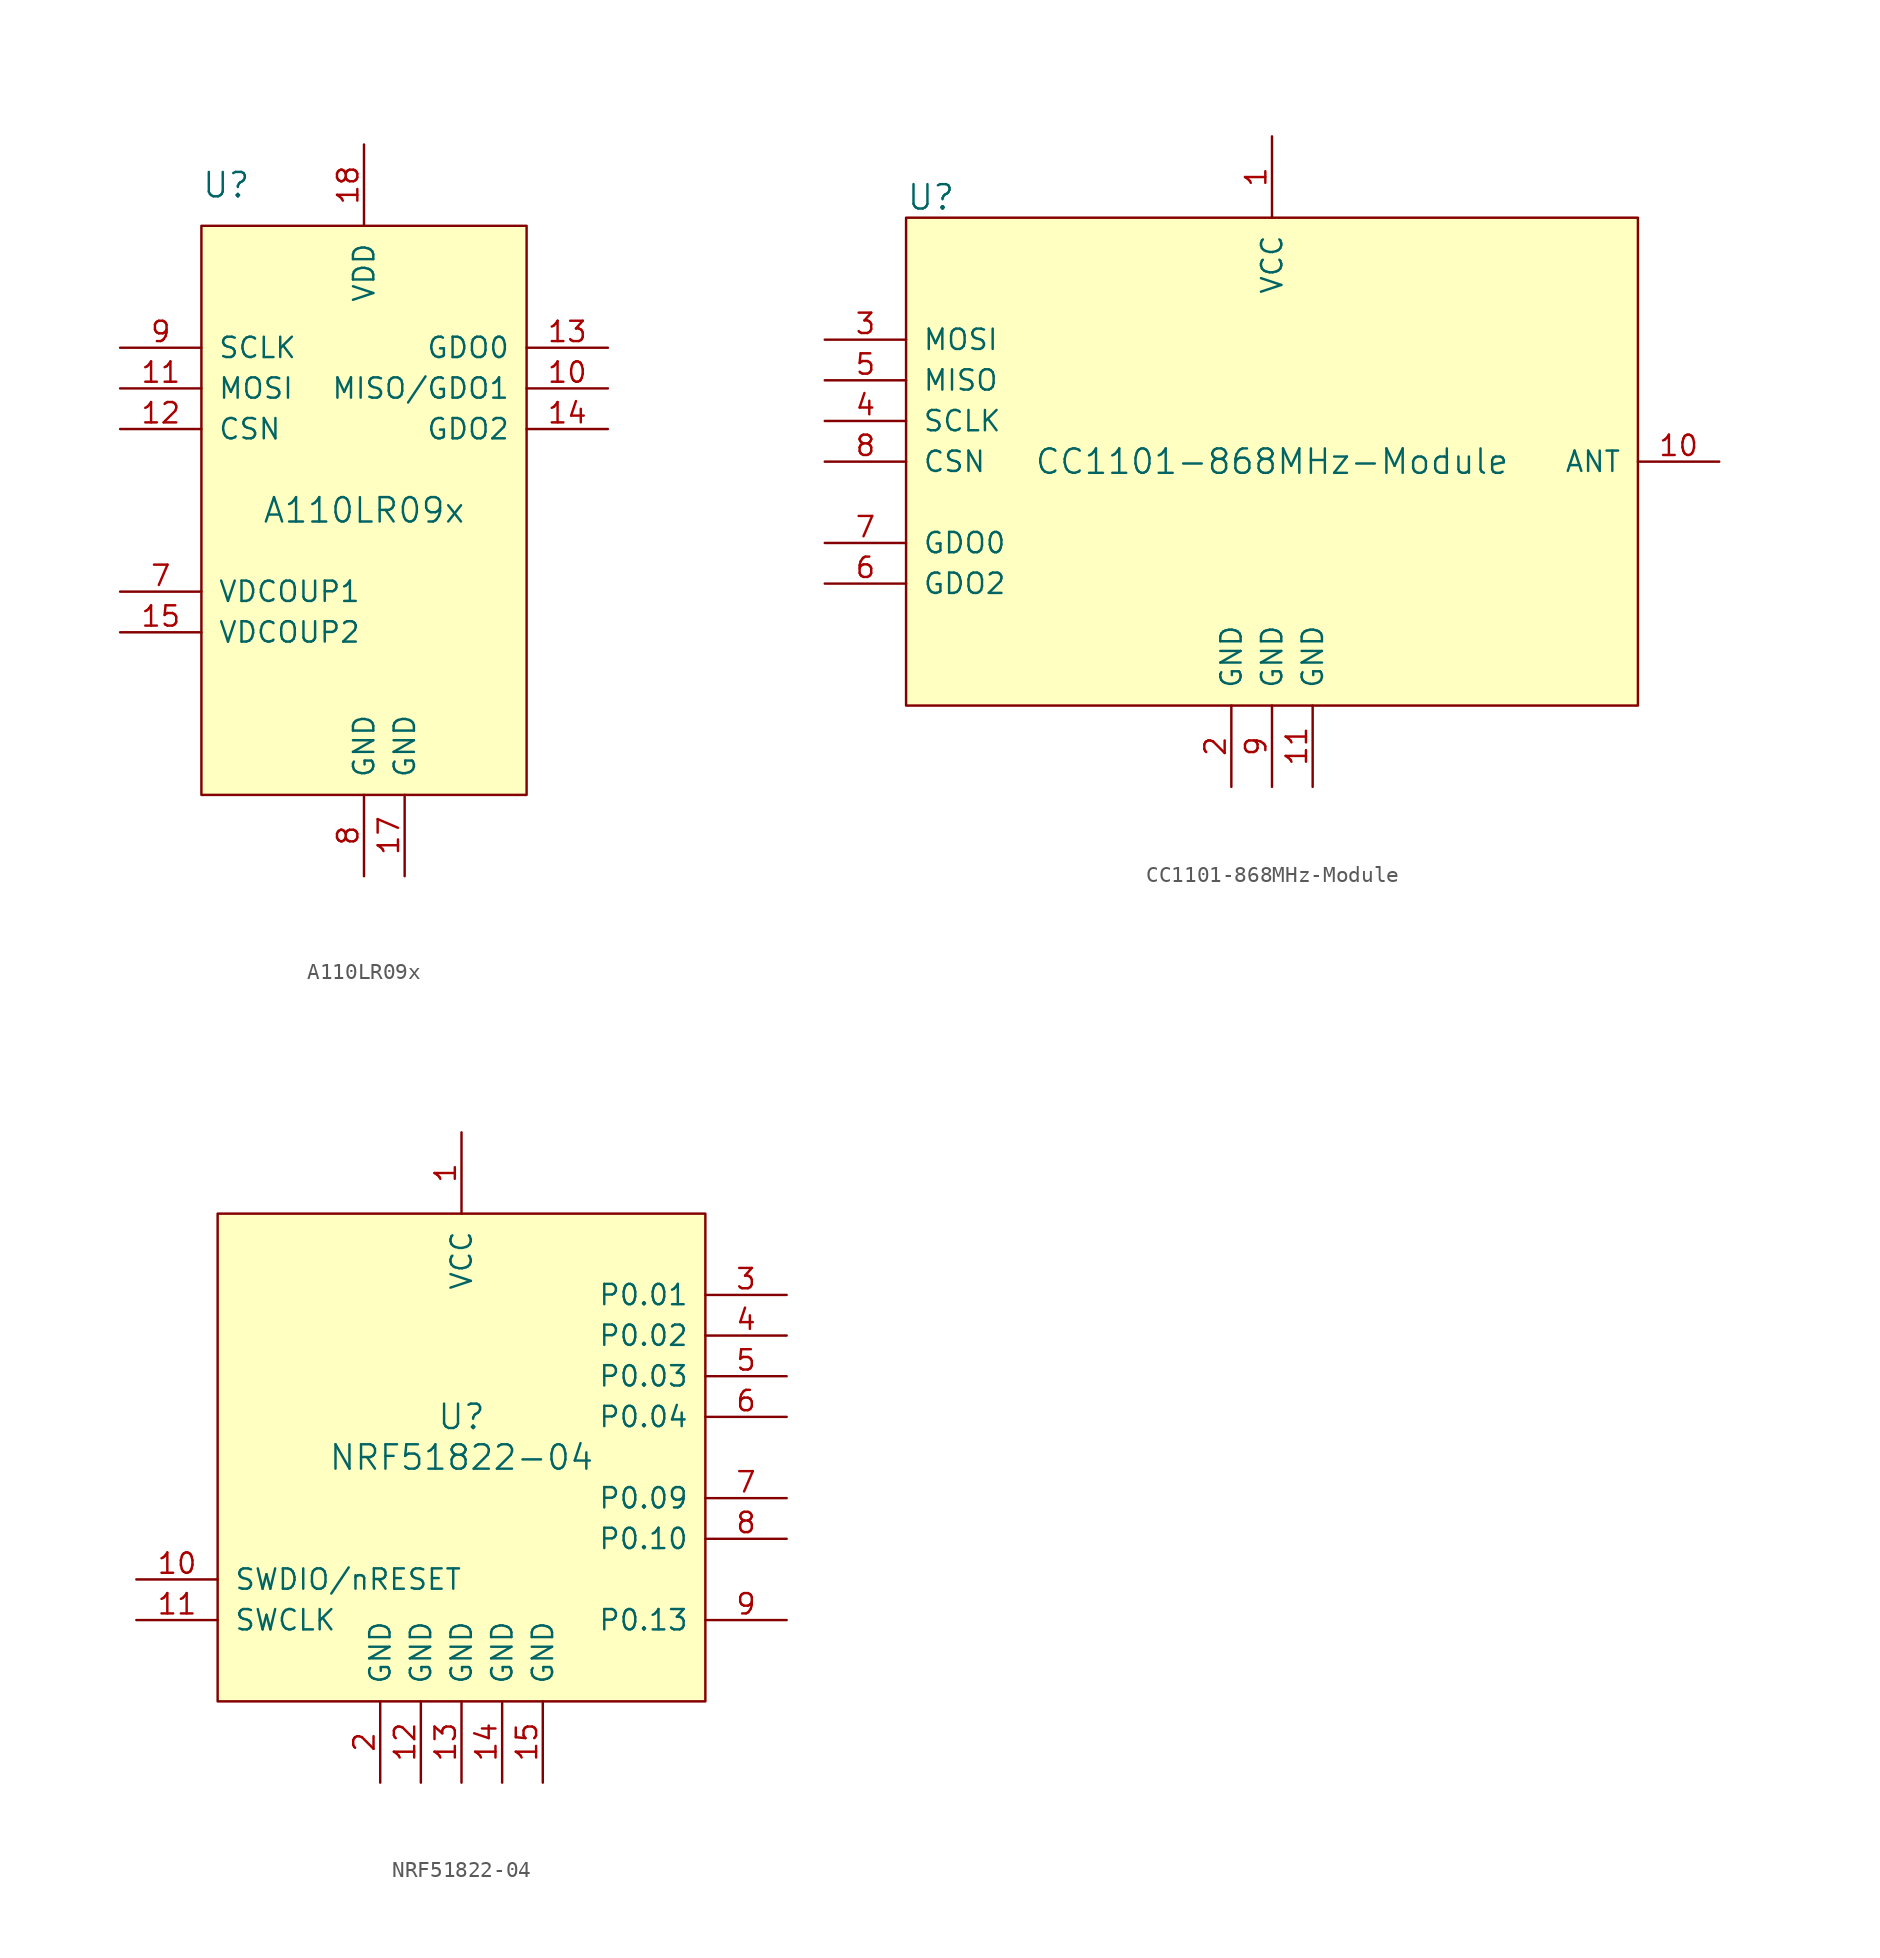
<source format=kicad_sym>
(kicad_symbol_lib
  (version 20220914)
  (generator kicad_symbol_editor)
  (symbol "A110LR09x"
    (pin_names
      (offset 1.016))
    (property "Reference" "U"
      (at -10.16 20.32 0)
      (effects (font (size 1.524 1.524)) (justify left)))
    (property "Value" "A110LR09x"
      (at 0 0 0)
      (effects (font (size 1.524 1.524))))
    (symbol "A110LR09x_0_1"
      (rectangle (start -10.16 17.78) (end 10.16 -17.78) (stroke (width 0) (type solid)) (fill (type background))))
    (symbol "A110LR09x_1_1"
      (pin bidirectional line (at 15.24 7.62 180) (length 5.08) (name "MISO/GDO1" (effects (font (size 1.27 1.27)))) (number "10" (effects (font (size 1.27 1.27)))))
      (pin input line (at -15.24 7.62 0) (length 5.08) (name "MOSI" (effects (font (size 1.27 1.27)))) (number "11" (effects (font (size 1.27 1.27)))))
      (pin input line (at -15.24 5.08 0) (length 5.08) (name "CSN" (effects (font (size 1.27 1.27)))) (number "12" (effects (font (size 1.27 1.27)))))
      (pin bidirectional line (at 15.24 10.16 180) (length 5.08) (name "GDO0" (effects (font (size 1.27 1.27)))) (number "13" (effects (font (size 1.27 1.27)))))
      (pin bidirectional line (at 15.24 5.08 180) (length 5.08) (name "GDO2" (effects (font (size 1.27 1.27)))) (number "14" (effects (font (size 1.27 1.27)))))
      (pin input line (at -15.24 -7.62 0) (length 5.08) (name "VDCOUP2" (effects (font (size 1.27 1.27)))) (number "15" (effects (font (size 1.27 1.27)))))
      (pin power_in line (at 2.54 -22.86 90) (length 5.08) (name "GND" (effects (font (size 1.27 1.27)))) (number "17" (effects (font (size 1.27 1.27)))))
      (pin power_in line (at 0 22.86 270) (length 5.08) (name "VDD" (effects (font (size 1.27 1.27)))) (number "18" (effects (font (size 1.27 1.27)))))
      (pin input line (at -15.24 -5.08 0) (length 5.08) (name "VDCOUP1" (effects (font (size 1.27 1.27)))) (number "7" (effects (font (size 1.27 1.27)))))
      (pin power_in line (at 0 -22.86 90) (length 5.08) (name "GND" (effects (font (size 1.27 1.27)))) (number "8" (effects (font (size 1.27 1.27)))))
      (pin input line (at -15.24 10.16 0) (length 5.08) (name "SCLK" (effects (font (size 1.27 1.27)))) (number "9" (effects (font (size 1.27 1.27)))))))
  (symbol "CC1101-868MHz-Module"
    (pin_names
      (offset 1.016))
    (property "Reference" "U"
      (at -22.86 16.51 0)
      (effects (font (size 1.524 1.524)) (justify left)))
    (property "Value" "CC1101-868MHz-Module"
      (at 0 0 0)
      (effects (font (size 1.524 1.524))))
    (symbol "CC1101-868MHz-Module_0_1"
      (rectangle (start 22.86 15.24) (end -22.86 -15.24) (stroke (width 0) (type solid)) (fill (type background))))
    (symbol "CC1101-868MHz-Module_1_1"
      (pin power_in line (at 0 20.32 270) (length 5.08) (name "VCC" (effects (font (size 1.27 1.27)))) (number "1" (effects (font (size 1.27 1.27)))))
      (pin bidirectional line (at 27.94 0 180) (length 5.08) (name "ANT" (effects (font (size 1.27 1.27)))) (number "10" (effects (font (size 1.27 1.27)))))
      (pin power_in line (at 2.54 -20.32 90) (length 5.08) (name "GND" (effects (font (size 1.27 1.27)))) (number "11" (effects (font (size 1.27 1.27)))))
      (pin power_in line (at -2.54 -20.32 90) (length 5.08) (name "GND" (effects (font (size 1.27 1.27)))) (number "2" (effects (font (size 1.27 1.27)))))
      (pin input line (at -27.94 7.62 0) (length 5.08) (name "MOSI" (effects (font (size 1.27 1.27)))) (number "3" (effects (font (size 1.27 1.27)))))
      (pin input line (at -27.94 2.54 0) (length 5.08) (name "SCLK" (effects (font (size 1.27 1.27)))) (number "4" (effects (font (size 1.27 1.27)))))
      (pin output line (at -27.94 5.08 0) (length 5.08) (name "MISO" (effects (font (size 1.27 1.27)))) (number "5" (effects (font (size 1.27 1.27)))))
      (pin output line (at -27.94 -7.62 0) (length 5.08) (name "GDO2" (effects (font (size 1.27 1.27)))) (number "6" (effects (font (size 1.27 1.27)))))
      (pin bidirectional line (at -27.94 -5.08 0) (length 5.08) (name "GDO0" (effects (font (size 1.27 1.27)))) (number "7" (effects (font (size 1.27 1.27)))))
      (pin input line (at -27.94 0 0) (length 5.08) (name "CSN" (effects (font (size 1.27 1.27)))) (number "8" (effects (font (size 1.27 1.27)))))
      (pin power_in line (at 0 -20.32 90) (length 5.08) (name "GND" (effects (font (size 1.27 1.27)))) (number "9" (effects (font (size 1.27 1.27)))))))
  (symbol "NRF51822-04"
    (pin_names
      (offset 1.016))
    (property "Reference" "U"
      (at 0 2.54 0)
      (effects (font (size 1.524 1.524))))
    (property "Value" "NRF51822-04"
      (at 0 0 0)
      (effects (font (size 1.524 1.524))))
    (symbol "NRF51822-04_0_1"
      (rectangle (start 15.24 -15.24) (end -15.24 15.24) (stroke (width 0) (type solid)) (fill (type background))))
    (symbol "NRF51822-04_1_1"
      (pin power_in line (at 0 20.32 270) (length 5.08) (name "VCC" (effects (font (size 1.27 1.27)))) (number "1" (effects (font (size 1.27 1.27)))))
      (pin bidirectional line (at -20.32 -7.62 0) (length 5.08) (name "SWDIO/nRESET" (effects (font (size 1.27 1.27)))) (number "10" (effects (font (size 1.27 1.27)))))
      (pin input line (at -20.32 -10.16 0) (length 5.08) (name "SWCLK" (effects (font (size 1.27 1.27)))) (number "11" (effects (font (size 1.27 1.27)))))
      (pin power_in line (at -2.54 -20.32 90) (length 5.08) (name "GND" (effects (font (size 1.27 1.27)))) (number "12" (effects (font (size 1.27 1.27)))))
      (pin power_in line (at 0 -20.32 90) (length 5.08) (name "GND" (effects (font (size 1.27 1.27)))) (number "13" (effects (font (size 1.27 1.27)))))
      (pin power_in line (at 2.54 -20.32 90) (length 5.08) (name "GND" (effects (font (size 1.27 1.27)))) (number "14" (effects (font (size 1.27 1.27)))))
      (pin power_in line (at 5.08 -20.32 90) (length 5.08) (name "GND" (effects (font (size 1.27 1.27)))) (number "15" (effects (font (size 1.27 1.27)))))
      (pin power_in line (at -5.08 -20.32 90) (length 5.08) (name "GND" (effects (font (size 1.27 1.27)))) (number "2" (effects (font (size 1.27 1.27)))))
      (pin unspecified line (at 20.32 10.16 180) (length 5.08) (name "P0.01" (effects (font (size 1.27 1.27)))) (number "3" (effects (font (size 1.27 1.27)))))
      (pin unspecified line (at 20.32 7.62 180) (length 5.08) (name "P0.02" (effects (font (size 1.27 1.27)))) (number "4" (effects (font (size 1.27 1.27)))))
      (pin unspecified line (at 20.32 5.08 180) (length 5.08) (name "P0.03" (effects (font (size 1.27 1.27)))) (number "5" (effects (font (size 1.27 1.27)))))
      (pin unspecified line (at 20.32 2.54 180) (length 5.08) (name "P0.04" (effects (font (size 1.27 1.27)))) (number "6" (effects (font (size 1.27 1.27)))))
      (pin unspecified line (at 20.32 -2.54 180) (length 5.08) (name "P0.09" (effects (font (size 1.27 1.27)))) (number "7" (effects (font (size 1.27 1.27)))))
      (pin unspecified line (at 20.32 -5.08 180) (length 5.08) (name "P0.10" (effects (font (size 1.27 1.27)))) (number "8" (effects (font (size 1.27 1.27)))))
      (pin unspecified line (at 20.32 -10.16 180) (length 5.08) (name "P0.13" (effects (font (size 1.27 1.27)))) (number "9" (effects (font (size 1.27 1.27))))))))
</source>
